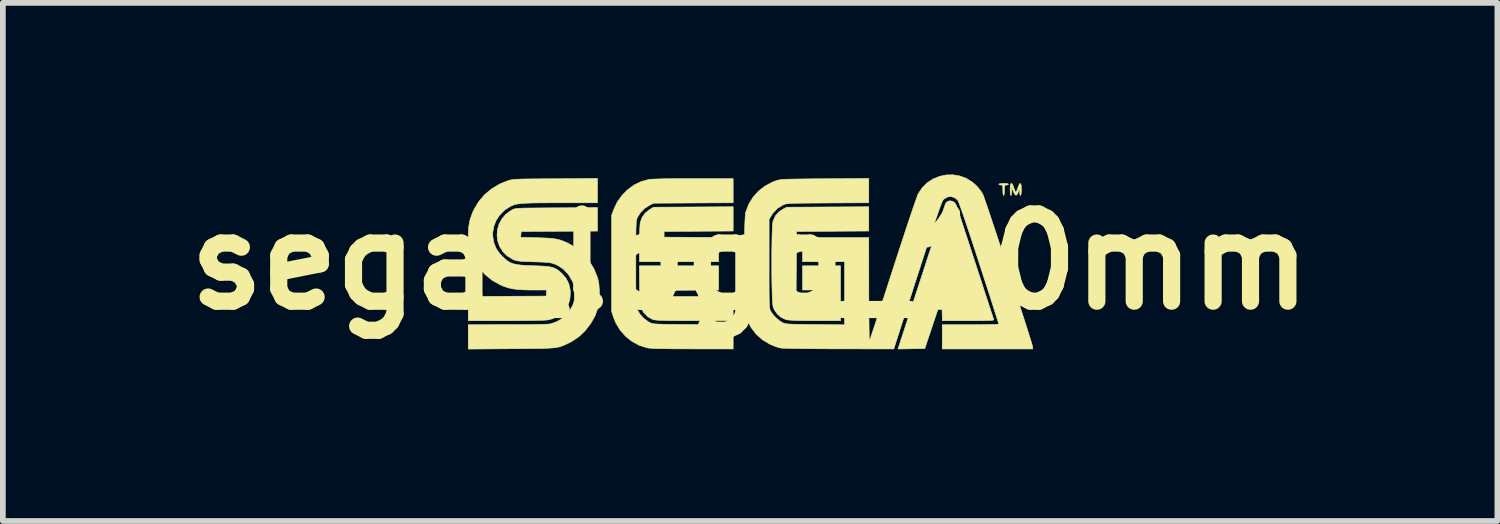
<source format=kicad_pcb>
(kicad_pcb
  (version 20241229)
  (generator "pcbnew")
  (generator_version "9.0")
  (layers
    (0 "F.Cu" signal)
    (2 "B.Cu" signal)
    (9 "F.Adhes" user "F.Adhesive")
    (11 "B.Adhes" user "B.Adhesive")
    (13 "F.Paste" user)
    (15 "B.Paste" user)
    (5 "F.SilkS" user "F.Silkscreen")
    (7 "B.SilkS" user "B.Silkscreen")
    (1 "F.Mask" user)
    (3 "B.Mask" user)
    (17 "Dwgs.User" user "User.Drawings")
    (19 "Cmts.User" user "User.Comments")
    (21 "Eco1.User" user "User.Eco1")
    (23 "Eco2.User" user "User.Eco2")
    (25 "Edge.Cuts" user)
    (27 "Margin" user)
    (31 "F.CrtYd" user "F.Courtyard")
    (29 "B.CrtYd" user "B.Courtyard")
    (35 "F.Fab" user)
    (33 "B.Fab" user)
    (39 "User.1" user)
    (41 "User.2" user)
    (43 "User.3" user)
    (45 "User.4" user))
  (footprint "sega_logo_10mm"
    (layer "F.Cu")
    (at 10.058 1.524)
    (property "Reference" "sega_logo_10mm" (at 0 0 0) (layer "F.SilkS") (effects (font (size 1.524 1.524) (thickness 0.3))))
    (attr through_hole)
    (fp_poly (pts (xy -0.296 -0.537) (xy -0.9 -0.533) (xy -1.503 -0.529) (xy -1.503 -0.43) (xy -1.027 -0.427) (xy -0.55 -0.423) (xy -0.55 0) (xy -1.933 0) (xy -1.933 -0.31) (xy -1.933 -0.405) (xy -1.931 -0.496) (xy -1.928 -0.575) (xy -1.924 -0.639) (xy -1.92 -0.682) (xy -1.918 -0.69) (xy -1.885 -0.778) (xy -1.829 -0.854) (xy -1.754 -0.913) (xy -1.686 -0.953) (xy -0.296 -0.961) (xy -0.296 -0.537)) (stroke (width 0.01) (type solid)) (fill yes) (layer "F.SilkS"))
    (fp_poly (pts (xy 4.476 -1.367) (xy 4.507 -1.361) (xy 4.516 -1.355) (xy 4.503 -1.344) (xy 4.48 -1.341) (xy 4.461 -1.339) (xy 4.451 -1.33) (xy 4.446 -1.307) (xy 4.445 -1.264) (xy 4.445 -1.249) (xy 4.443 -1.201) (xy 4.438 -1.168) (xy 4.431 -1.157) (xy 4.424 -1.17) (xy 4.418 -1.204) (xy 4.417 -1.249) (xy 4.416 -1.298) (xy 4.413 -1.326) (xy 4.404 -1.338) (xy 4.387 -1.341) (xy 4.381 -1.341) (xy 4.355 -1.345) (xy 4.346 -1.355) (xy 4.359 -1.362) (xy 4.393 -1.367) (xy 4.431 -1.369) (xy 4.476 -1.367)) (stroke (width 0.01) (type solid)) (fill yes) (layer "F.SilkS"))
    (fp_poly (pts (xy -0.55 0.494) (xy -1.027 0.497) (xy -1.503 0.501) (xy -1.507 0.554) (xy -1.512 0.607) (xy -0.296 0.607) (xy -0.296 1.03) (xy -0.97 1.029) (xy -1.134 1.029) (xy -1.271 1.029) (xy -1.385 1.028) (xy -1.478 1.026) (xy -1.551 1.024) (xy -1.607 1.022) (xy -1.649 1.018) (xy -1.678 1.014) (xy -1.698 1.01) (xy -1.699 1.009) (xy -1.78 0.966) (xy -1.849 0.901) (xy -1.891 0.839) (xy -1.902 0.816) (xy -1.91 0.795) (xy -1.917 0.771) (xy -1.921 0.739) (xy -1.925 0.697) (xy -1.927 0.64) (xy -1.929 0.564) (xy -1.93 0.465) (xy -1.931 0.42) (xy -1.935 0.071) (xy -0.55 0.071) (xy -0.55 0.494)) (stroke (width 0.01) (type solid)) (fill yes) (layer "F.SilkS"))
    (fp_poly (pts (xy 4.584 -1.353) (xy 4.604 -1.307) (xy 4.609 -1.291) (xy 4.624 -1.249) (xy 4.637 -1.221) (xy 4.644 -1.214) (xy 4.654 -1.226) (xy 4.668 -1.258) (xy 4.68 -1.291) (xy 4.699 -1.343) (xy 4.716 -1.367) (xy 4.729 -1.364) (xy 4.738 -1.333) (xy 4.741 -1.276) (xy 4.741 -1.263) (xy 4.739 -1.21) (xy 4.733 -1.174) (xy 4.726 -1.157) (xy 4.719 -1.162) (xy 4.713 -1.191) (xy 4.712 -1.224) (xy 4.71 -1.291) (xy 4.688 -1.224) (xy 4.668 -1.179) (xy 4.649 -1.162) (xy 4.629 -1.173) (xy 4.608 -1.212) (xy 4.599 -1.235) (xy 4.574 -1.305) (xy 4.573 -1.231) (xy 4.57 -1.19) (xy 4.563 -1.163) (xy 4.558 -1.157) (xy 4.551 -1.17) (xy 4.546 -1.206) (xy 4.544 -1.258) (xy 4.544 -1.263) (xy 4.547 -1.326) (xy 4.555 -1.362) (xy 4.568 -1.371) (xy 4.584 -1.353)) (stroke (width 0.01) (type solid)) (fill yes) (layer "F.SilkS"))
    (fp_poly (pts (xy 2.074 -0.537) (xy 1.443 -0.533) (xy 0.811 -0.529) (xy 0.808 0.039) (xy 0.804 0.607) (xy 1.157 0.607) (xy 1.157 0.494) (xy 0.917 0.494) (xy 0.917 0.071) (xy 1.58 0.071) (xy 1.58 1.03) (xy 1.132 1.029) (xy 0.999 1.029) (xy 0.891 1.027) (xy 0.805 1.026) (xy 0.738 1.023) (xy 0.687 1.019) (xy 0.649 1.015) (xy 0.621 1.009) (xy 0.616 1.007) (xy 0.541 0.971) (xy 0.475 0.913) (xy 0.424 0.841) (xy 0.403 0.789) (xy 0.397 0.755) (xy 0.393 0.697) (xy 0.388 0.617) (xy 0.385 0.52) (xy 0.382 0.409) (xy 0.38 0.288) (xy 0.379 0.16) (xy 0.379 0.028) (xy 0.379 -0.103) (xy 0.38 -0.231) (xy 0.382 -0.351) (xy 0.384 -0.46) (xy 0.388 -0.555) (xy 0.392 -0.631) (xy 0.397 -0.686) (xy 0.402 -0.714) (xy 0.442 -0.801) (xy 0.504 -0.872) (xy 0.575 -0.919) (xy 0.642 -0.953) (xy 2.074 -0.961) (xy 2.074 -0.537)) (stroke (width 0.01) (type solid)) (fill yes) (layer "F.SilkS"))
    (fp_poly (pts (xy -0.296 -1.031) (xy -0.991 -1.027) (xy -1.686 -1.023) (xy -1.756 -0.988) (xy -1.841 -0.934) (xy -1.913 -0.862) (xy -1.965 -0.782) (xy -1.966 -0.778) (xy -1.973 -0.763) (xy -1.979 -0.748) (xy -1.983 -0.729) (xy -1.987 -0.706) (xy -1.99 -0.674) (xy -1.992 -0.633) (xy -1.994 -0.578) (xy -1.995 -0.509) (xy -1.996 -0.422) (xy -1.996 -0.315) (xy -1.997 -0.186) (xy -1.997 -0.032) (xy -1.997 0.035) (xy -1.997 0.2) (xy -1.997 0.338) (xy -1.996 0.454) (xy -1.996 0.548) (xy -1.995 0.624) (xy -1.993 0.684) (xy -1.991 0.73) (xy -1.988 0.765) (xy -1.985 0.791) (xy -1.981 0.812) (xy -1.975 0.828) (xy -1.969 0.843) (xy -1.966 0.849) (xy -1.92 0.924) (xy -1.854 0.993) (xy -1.78 1.048) (xy -1.752 1.063) (xy -1.736 1.07) (xy -1.72 1.076) (xy -1.7 1.081) (xy -1.675 1.085) (xy -1.641 1.088) (xy -1.597 1.09) (xy -1.539 1.092) (xy -1.465 1.094) (xy -1.373 1.095) (xy -1.26 1.096) (xy -1.123 1.097) (xy -0.991 1.098) (xy -0.296 1.102) (xy -0.296 1.524) (xy -1.005 1.523) (xy -1.177 1.522) (xy -1.323 1.522) (xy -1.445 1.52) (xy -1.545 1.519) (xy -1.627 1.517) (xy -1.691 1.514) (xy -1.741 1.511) (xy -1.779 1.507) (xy -1.806 1.502) (xy -1.94 1.459) (xy -2.065 1.391) (xy -2.176 1.302) (xy -2.27 1.195) (xy -2.345 1.072) (xy -2.386 0.971) (xy -2.42 0.868) (xy -2.42 -0.811) (xy -2.383 -0.912) (xy -2.322 -1.042) (xy -2.239 -1.159) (xy -2.139 -1.26) (xy -2.024 -1.343) (xy -1.899 -1.403) (xy -1.767 -1.438) (xy -1.764 -1.439) (xy -1.729 -1.442) (xy -1.669 -1.445) (xy -1.586 -1.447) (xy -1.483 -1.45) (xy -1.363 -1.451) (xy -1.228 -1.453) (xy -1.081 -1.453) (xy -0.984 -1.453) (xy -0.296 -1.453) (xy -0.296 -1.031)) (stroke (width 0.01) (type solid)) (fill yes) (layer "F.SilkS"))
    (fp_poly (pts (xy 3.534 -1.058) (xy 3.574 -1.033) (xy 3.602 -0.991) (xy 3.603 -0.99) (xy 3.61 -0.969) (xy 3.626 -0.922) (xy 3.649 -0.854) (xy 3.678 -0.765) (xy 3.713 -0.658) (xy 3.753 -0.536) (xy 3.797 -0.401) (xy 3.845 -0.255) (xy 3.895 -0.1) (xy 3.937 0.028) (xy 3.989 0.187) (xy 4.038 0.338) (xy 4.084 0.48) (xy 4.126 0.609) (xy 4.164 0.725) (xy 4.196 0.824) (xy 4.222 0.904) (xy 4.242 0.964) (xy 4.254 1.001) (xy 4.258 1.012) (xy 4.254 1.018) (xy 4.237 1.022) (xy 4.205 1.025) (xy 4.155 1.027) (xy 4.084 1.029) (xy 3.992 1.03) (xy 3.874 1.03) (xy 3.812 1.03) (xy 3.359 1.03) (xy 3.355 0.829) (xy 3.351 0.628) (xy 3.202 1.072) (xy 3.053 1.517) (xy 2.818 1.521) (xy 2.584 1.525) (xy 2.625 1.401) (xy 2.635 1.368) (xy 2.654 1.311) (xy 2.68 1.232) (xy 2.712 1.133) (xy 2.75 1.015) (xy 2.794 0.883) (xy 2.841 0.736) (xy 2.888 0.593) (xy 3.363 0.593) (xy 3.371 0.6) (xy 3.393 0.604) (xy 3.433 0.606) (xy 3.496 0.607) (xy 3.507 0.607) (xy 3.577 0.606) (xy 3.622 0.603) (xy 3.646 0.598) (xy 3.652 0.59) (xy 3.651 0.589) (xy 3.645 0.57) (xy 3.632 0.529) (xy 3.613 0.472) (xy 3.591 0.402) (xy 3.577 0.36) (xy 3.51 0.148) (xy 3.441 0.353) (xy 3.417 0.426) (xy 3.395 0.491) (xy 3.378 0.542) (xy 3.367 0.575) (xy 3.364 0.582) (xy 3.363 0.593) (xy 2.888 0.593) (xy 2.892 0.579) (xy 2.946 0.413) (xy 3.003 0.24) (xy 3.035 0.141) (xy 3.091 -0.032) (xy 3.145 -0.197) (xy 3.196 -0.353) (xy 3.243 -0.497) (xy 3.286 -0.629) (xy 3.324 -0.744) (xy 3.357 -0.842) (xy 3.383 -0.921) (xy 3.402 -0.978) (xy 3.414 -1.012) (xy 3.417 -1.02) (xy 3.448 -1.053) (xy 3.489 -1.065) (xy 3.534 -1.058)) (stroke (width 0.01) (type solid)) (fill yes) (layer "F.SilkS"))
    (fp_poly (pts (xy -2.667 -1.03) (xy -3.322 -1.03) (xy -3.488 -1.03) (xy -3.627 -1.029) (xy -3.744 -1.028) (xy -3.841 -1.026) (xy -3.92 -1.023) (xy -3.984 -1.019) (xy -4.036 -1.014) (xy -4.079 -1.007) (xy -4.115 -0.998) (xy -4.146 -0.987) (xy -4.176 -0.973) (xy -4.195 -0.964) (xy -4.293 -0.901) (xy -4.374 -0.818) (xy -4.438 -0.722) (xy -4.48 -0.616) (xy -4.498 -0.506) (xy -4.496 -0.436) (xy -4.476 -0.326) (xy -4.438 -0.232) (xy -4.377 -0.145) (xy -4.333 -0.097) (xy -4.285 -0.051) (xy -4.24 -0.014) (xy -4.194 0.014) (xy -4.144 0.034) (xy -4.084 0.048) (xy -4.009 0.058) (xy -3.916 0.065) (xy -3.801 0.069) (xy -3.782 0.07) (xy -3.669 0.074) (xy -3.58 0.079) (xy -3.51 0.087) (xy -3.454 0.099) (xy -3.409 0.116) (xy -3.368 0.139) (xy -3.329 0.169) (xy -3.29 0.204) (xy -3.216 0.29) (xy -3.168 0.386) (xy -3.144 0.495) (xy -3.142 0.557) (xy -3.15 0.657) (xy -3.175 0.741) (xy -3.22 0.818) (xy -3.266 0.872) (xy -3.352 0.946) (xy -3.45 0.995) (xy -3.528 1.016) (xy -3.558 1.019) (xy -3.615 1.022) (xy -3.694 1.024) (xy -3.793 1.027) (xy -3.909 1.028) (xy -4.04 1.029) (xy -4.183 1.03) (xy -4.263 1.03) (xy -4.925 1.03) (xy -4.925 0.607) (xy -3.563 0.6) (xy -3.559 0.547) (xy -3.554 0.494) (xy -3.803 0.494) (xy -3.936 0.492) (xy -4.048 0.486) (xy -4.142 0.474) (xy -4.225 0.456) (xy -4.302 0.431) (xy -4.367 0.403) (xy -4.51 0.322) (xy -4.634 0.22) (xy -4.739 0.101) (xy -4.821 -0.034) (xy -4.881 -0.181) (xy -4.915 -0.34) (xy -4.925 -0.479) (xy -4.917 -0.614) (xy -4.894 -0.735) (xy -4.852 -0.854) (xy -4.826 -0.91) (xy -4.744 -1.049) (xy -4.639 -1.172) (xy -4.514 -1.276) (xy -4.372 -1.36) (xy -4.24 -1.413) (xy -4.218 -1.42) (xy -4.196 -1.426) (xy -4.173 -1.431) (xy -4.145 -1.436) (xy -4.111 -1.439) (xy -4.067 -1.442) (xy -4.011 -1.444) (xy -3.94 -1.446) (xy -3.853 -1.447) (xy -3.746 -1.448) (xy -3.616 -1.449) (xy -3.462 -1.45) (xy -3.404 -1.45) (xy -2.667 -1.455) (xy -2.667 -1.03)) (stroke (width 0.01) (type solid)) (fill yes) (layer "F.SilkS"))
    (fp_poly (pts (xy -2.667 -0.536) (xy -4 -0.529) (xy -4.009 -0.427) (xy -3.723 -0.42) (xy -3.605 -0.416) (xy -3.51 -0.411) (xy -3.432 -0.403) (xy -3.366 -0.392) (xy -3.307 -0.376) (xy -3.25 -0.355) (xy -3.188 -0.327) (xy -3.181 -0.324) (xy -3.042 -0.242) (xy -2.919 -0.139) (xy -2.814 -0.016) (xy -2.73 0.122) (xy -2.668 0.273) (xy -2.658 0.31) (xy -2.642 0.393) (xy -2.635 0.493) (xy -2.634 0.599) (xy -2.641 0.701) (xy -2.655 0.789) (xy -2.659 0.804) (xy -2.71 0.946) (xy -2.785 1.079) (xy -2.879 1.201) (xy -2.988 1.306) (xy -3.11 1.389) (xy -3.147 1.409) (xy -3.192 1.431) (xy -3.231 1.45) (xy -3.268 1.466) (xy -3.304 1.479) (xy -3.343 1.49) (xy -3.386 1.498) (xy -3.438 1.505) (xy -3.5 1.509) (xy -3.576 1.513) (xy -3.667 1.515) (xy -3.777 1.517) (xy -3.908 1.518) (xy -4.063 1.52) (xy -4.173 1.52) (xy -4.925 1.526) (xy -4.925 1.101) (xy -4.237 1.1) (xy -4.084 1.1) (xy -3.943 1.099) (xy -3.817 1.098) (xy -3.707 1.096) (xy -3.617 1.094) (xy -3.548 1.091) (xy -3.503 1.088) (xy -3.488 1.086) (xy -3.372 1.045) (xy -3.269 0.981) (xy -3.183 0.897) (xy -3.117 0.795) (xy -3.115 0.793) (xy -3.094 0.747) (xy -3.08 0.709) (xy -3.073 0.671) (xy -3.07 0.621) (xy -3.069 0.558) (xy -3.07 0.488) (xy -3.074 0.438) (xy -3.082 0.398) (xy -3.096 0.359) (xy -3.108 0.334) (xy -3.174 0.223) (xy -3.259 0.132) (xy -3.362 0.064) (xy -3.415 0.04) (xy -3.445 0.029) (xy -3.478 0.021) (xy -3.517 0.015) (xy -3.568 0.01) (xy -3.635 0.006) (xy -3.723 0.003) (xy -3.782 0.001) (xy -3.88 -0.002) (xy -3.955 -0.005) (xy -4.011 -0.009) (xy -4.053 -0.014) (xy -4.086 -0.02) (xy -4.113 -0.029) (xy -4.14 -0.04) (xy -4.149 -0.044) (xy -4.245 -0.103) (xy -4.32 -0.177) (xy -4.375 -0.264) (xy -4.409 -0.359) (xy -4.422 -0.458) (xy -4.415 -0.559) (xy -4.387 -0.656) (xy -4.338 -0.748) (xy -4.269 -0.829) (xy -4.178 -0.896) (xy -4.16 -0.906) (xy -4.146 -0.913) (xy -4.132 -0.919) (xy -4.115 -0.924) (xy -4.094 -0.929) (xy -4.064 -0.932) (xy -4.025 -0.934) (xy -3.973 -0.937) (xy -3.907 -0.938) (xy -3.822 -0.939) (xy -3.718 -0.94) (xy -3.592 -0.941) (xy -3.44 -0.942) (xy -3.383 -0.942) (xy -2.667 -0.946) (xy -2.667 -0.536)) (stroke (width 0.01) (type solid)) (fill yes) (layer "F.SilkS"))
    (fp_poly (pts (xy 3.666 -1.499) (xy 3.78 -1.456) (xy 3.886 -1.39) (xy 3.956 -1.327) (xy 4 -1.277) (xy 4.04 -1.224) (xy 4.068 -1.178) (xy 4.077 -1.154) (xy 4.094 -1.107) (xy 4.118 -1.037) (xy 4.149 -0.948) (xy 4.185 -0.842) (xy 4.225 -0.72) (xy 4.27 -0.586) (xy 4.318 -0.441) (xy 4.369 -0.287) (xy 4.421 -0.128) (xy 4.475 0.036) (xy 4.529 0.201) (xy 4.582 0.366) (xy 4.635 0.527) (xy 4.685 0.684) (xy 4.733 0.833) (xy 4.778 0.973) (xy 4.819 1.101) (xy 4.855 1.214) (xy 4.886 1.312) (xy 4.91 1.39) (xy 4.927 1.448) (xy 4.937 1.483) (xy 4.939 1.492) (xy 4.939 1.524) (xy 3.358 1.524) (xy 3.358 1.101) (xy 3.852 1.101) (xy 3.967 1.1) (xy 4.073 1.099) (xy 4.165 1.098) (xy 4.242 1.096) (xy 4.3 1.094) (xy 4.336 1.091) (xy 4.346 1.089) (xy 4.342 1.074) (xy 4.33 1.034) (xy 4.31 0.972) (xy 4.283 0.889) (xy 4.251 0.787) (xy 4.213 0.668) (xy 4.17 0.536) (xy 4.123 0.39) (xy 4.072 0.234) (xy 4.019 0.07) (xy 4.001 0.014) (xy 3.927 -0.213) (xy 3.861 -0.414) (xy 3.803 -0.588) (xy 3.754 -0.735) (xy 3.712 -0.856) (xy 3.678 -0.951) (xy 3.653 -1.02) (xy 3.635 -1.064) (xy 3.626 -1.08) (xy 3.57 -1.122) (xy 3.509 -1.139) (xy 3.447 -1.131) (xy 3.391 -1.097) (xy 3.38 -1.087) (xy 3.375 -1.081) (xy 3.368 -1.071) (xy 3.361 -1.058) (xy 3.353 -1.041) (xy 3.343 -1.016) (xy 3.33 -0.985) (xy 3.316 -0.945) (xy 3.298 -0.895) (xy 3.277 -0.834) (xy 3.252 -0.761) (xy 3.223 -0.675) (xy 3.19 -0.574) (xy 3.151 -0.457) (xy 3.107 -0.322) (xy 3.058 -0.17) (xy 3.002 0.002) (xy 2.94 0.194) (xy 2.87 0.409) (xy 2.794 0.647) (xy 2.709 0.909) (xy 2.616 1.196) (xy 2.61 1.217) (xy 2.511 1.524) (xy 1.562 1.522) (xy 1.399 1.522) (xy 1.242 1.521) (xy 1.095 1.52) (xy 0.959 1.519) (xy 0.837 1.517) (xy 0.732 1.515) (xy 0.647 1.513) (xy 0.584 1.511) (xy 0.545 1.509) (xy 0.536 1.508) (xy 0.487 1.496) (xy 0.425 1.474) (xy 0.36 1.447) (xy 0.339 1.437) (xy 0.212 1.36) (xy 0.104 1.262) (xy 0.016 1.147) (xy -0.05 1.016) (xy -0.078 0.931) (xy -0.083 0.898) (xy -0.087 0.84) (xy -0.091 0.76) (xy -0.094 0.661) (xy -0.096 0.548) (xy -0.098 0.422) (xy -0.1 0.287) (xy -0.1 0.146) (xy -0.101 0.003) (xy -0.1 -0.139) (xy -0.099 -0.278) (xy -0.098 -0.409) (xy -0.095 -0.53) (xy -0.093 -0.637) (xy -0.089 -0.728) (xy -0.085 -0.798) (xy -0.081 -0.846) (xy -0.078 -0.861) (xy -0.027 -0.997) (xy 0.047 -1.121) (xy 0.143 -1.23) (xy 0.259 -1.321) (xy 0.391 -1.392) (xy 0.466 -1.42) (xy 0.485 -1.425) (xy 0.507 -1.43) (xy 0.534 -1.434) (xy 0.57 -1.438) (xy 0.615 -1.44) (xy 0.673 -1.443) (xy 0.747 -1.444) (xy 0.837 -1.446) (xy 0.948 -1.447) (xy 1.081 -1.449) (xy 1.239 -1.45) (xy 1.309 -1.45) (xy 2.074 -1.455) (xy 2.074 -1.031) (xy 1.358 -1.027) (xy 1.198 -1.026) (xy 1.063 -1.025) (xy 0.951 -1.024) (xy 0.861 -1.023) (xy 0.788 -1.022) (xy 0.731 -1.02) (xy 0.687 -1.017) (xy 0.654 -1.014) (xy 0.628 -1.01) (xy 0.609 -1.006) (xy 0.592 -1) (xy 0.576 -0.993) (xy 0.572 -0.991) (xy 0.478 -0.933) (xy 0.401 -0.852) (xy 0.369 -0.804) (xy 0.332 -0.741) (xy 0.332 0.035) (xy 0.332 0.203) (xy 0.332 0.345) (xy 0.332 0.463) (xy 0.333 0.56) (xy 0.334 0.638) (xy 0.335 0.7) (xy 0.337 0.748) (xy 0.339 0.784) (xy 0.343 0.811) (xy 0.347 0.831) (xy 0.351 0.846) (xy 0.357 0.859) (xy 0.362 0.868) (xy 0.403 0.927) (xy 0.46 0.986) (xy 0.523 1.038) (xy 0.574 1.068) (xy 0.591 1.075) (xy 0.612 1.08) (xy 0.64 1.085) (xy 0.678 1.088) (xy 0.729 1.091) (xy 0.797 1.093) (xy 0.883 1.095) (xy 0.991 1.096) (xy 1.124 1.098) (xy 1.139 1.098) (xy 1.651 1.102) (xy 1.651 0) (xy 0.917 0) (xy 0.917 -0.423) (xy 2.074 -0.423) (xy 2.075 0.49) (xy 2.075 0.647) (xy 2.076 0.795) (xy 2.076 0.932) (xy 2.078 1.054) (xy 2.079 1.161) (xy 2.081 1.249) (xy 2.082 1.317) (xy 2.084 1.362) (xy 2.086 1.382) (xy 2.087 1.383) (xy 2.093 1.367) (xy 2.107 1.325) (xy 2.128 1.261) (xy 2.156 1.176) (xy 2.191 1.071) (xy 2.23 0.95) (xy 2.275 0.812) (xy 2.324 0.662) (xy 2.377 0.5) (xy 2.432 0.328) (xy 2.49 0.149) (xy 2.497 0.127) (xy 2.556 -0.055) (xy 2.613 -0.23) (xy 2.668 -0.397) (xy 2.719 -0.554) (xy 2.767 -0.698) (xy 2.811 -0.828) (xy 2.849 -0.941) (xy 2.882 -1.035) (xy 2.908 -1.109) (xy 2.926 -1.161) (xy 2.937 -1.187) (xy 2.938 -1.188) (xy 3.009 -1.294) (xy 3.097 -1.381) (xy 3.199 -1.447) (xy 3.31 -1.492) (xy 3.427 -1.517) (xy 3.547 -1.519) (xy 3.666 -1.499)) (stroke (width 0.01) (type solid)) (fill yes) (layer "F.SilkS")))
  (gr_rect
    (start -3 -3)
    (end 23.117 6.055)
    (stroke (width 0.1) (type default))
    (fill no)
    (layer "Edge.Cuts")))
</source>
